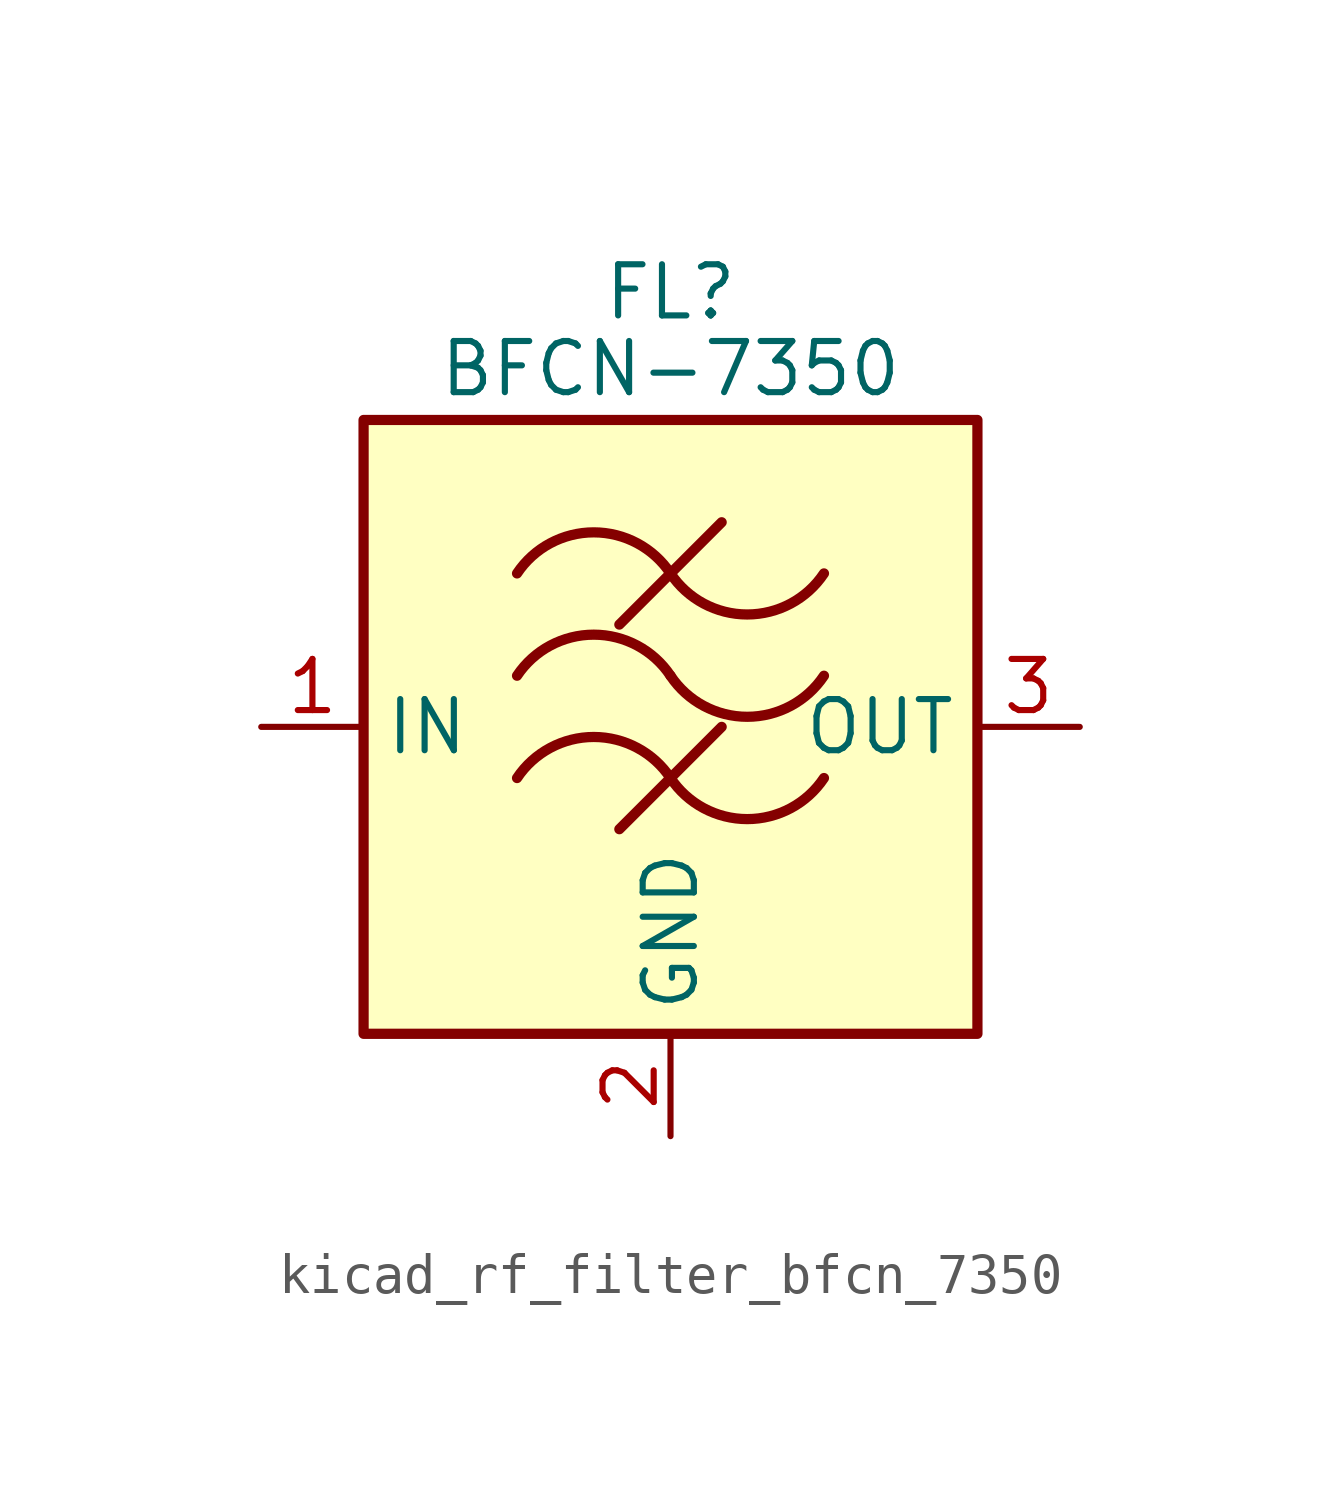
<source format=kicad_sym>
(kicad_symbol_lib
  (version 20220914)
  (generator kicad_symbol_editor)
  (symbol "kicad_rf_filter_bfcn_7350"
    (property "Reference" "FL"
      (at 0 10.795 0)
      (effects (font (size 1.27 1.27))))
    (property "Value" "BFCN-7350"
      (at 0 8.89 0)
      (effects (font (size 1.27 1.27))))
    (symbol "kicad_rf_filter_bfcn_7350_0_1"
      (rectangle (start -7.62 7.62) (end 7.62 -7.62) (stroke (width 0.254) (type default)) (fill (type background)))
      (arc (start 0 -1.27) (mid -1.905 -0.2505) (end -3.81 -1.27) (stroke (width 0.254) (type default)) (fill (type none)))
      (arc (start 0 -1.27) (mid 1.905 -2.2895) (end 3.81 -1.27) (stroke (width 0.254) (type default)) (fill (type none)))
      (polyline (pts (xy -1.27 -2.54) (xy 1.27 0)) (stroke (width 0.254) (type default)) (fill (type none)))
      (polyline (pts (xy -1.27 2.54) (xy 1.27 5.08)) (stroke (width 0.254) (type default)) (fill (type none)))
      (arc (start 0 1.27) (mid -1.905 2.2895) (end -3.81 1.27) (stroke (width 0.254) (type default)) (fill (type none)))
      (arc (start 0 1.27) (mid 1.905 0.2505) (end 3.81 1.27) (stroke (width 0.254) (type default)) (fill (type none)))
      (arc (start 0 3.81) (mid -1.905 4.8295) (end -3.81 3.81) (stroke (width 0.254) (type default)) (fill (type none)))
      (arc (start 0 3.81) (mid 1.905 2.7905) (end 3.81 3.81) (stroke (width 0.254) (type default)) (fill (type none))))
    (symbol "kicad_rf_filter_bfcn_7350_1_1"
      (pin passive line (at -10.16 0 0) (length 2.54) (name "IN" (effects (font (size 1.27 1.27)))) (number "1" (effects (font (size 1.27 1.27)))))
      (pin passive line (at 0 -10.16 90) (length 2.54) (name "GND" (effects (font (size 1.27 1.27)))) (number "2" (effects (font (size 1.27 1.27)))))
      (pin passive line (at 10.16 0 180) (length 2.54) (name "OUT" (effects (font (size 1.27 1.27)))) (number "3" (effects (font (size 1.27 1.27)))))
      (pin passive line (at 0 -10.16 90) (length 2.54) hide (name "GND" (effects (font (size 1.27 1.27)))) (number "4" (effects (font (size 1.27 1.27))))))))
</source>
